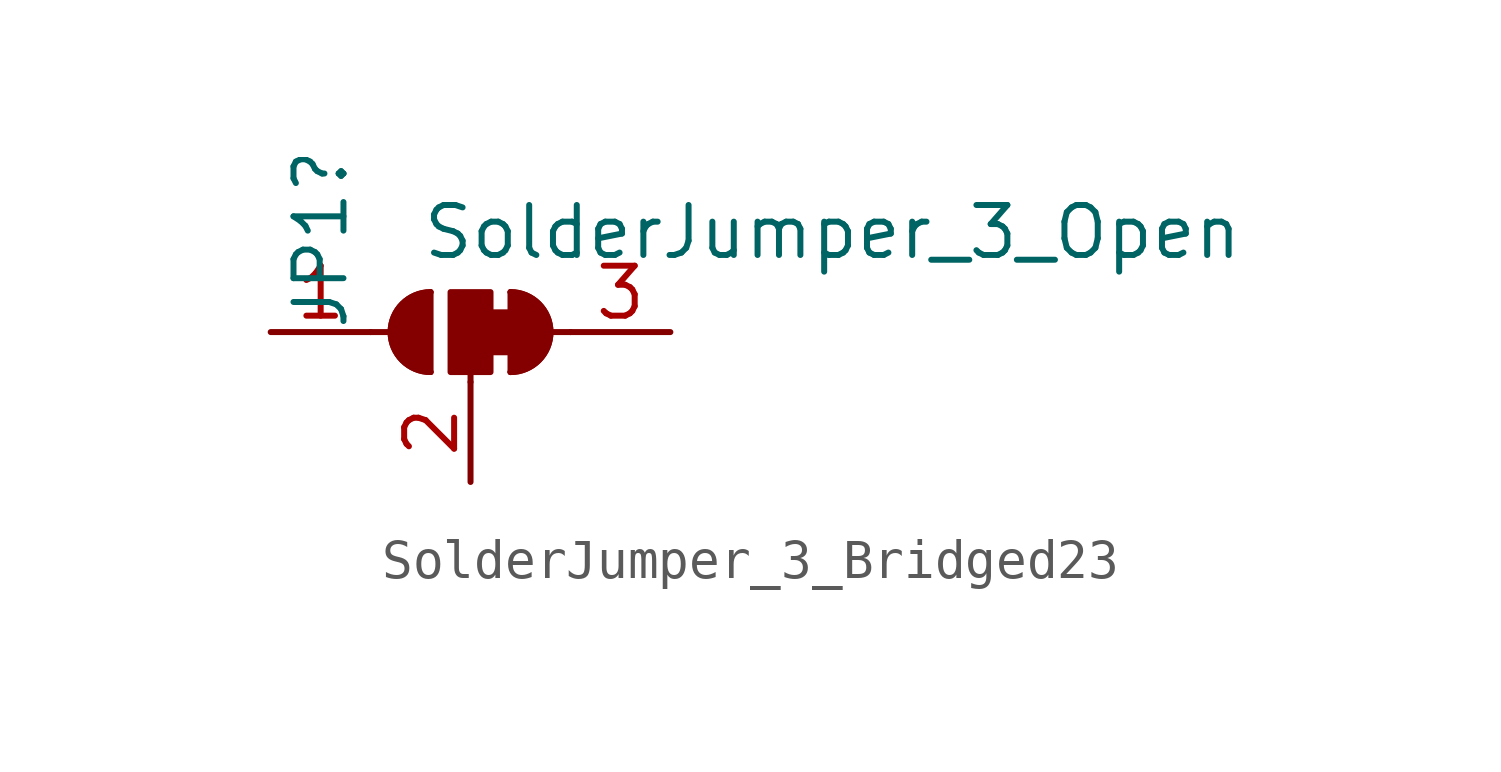
<source format=kicad_sym>
(kicad_symbol_lib
  (version 20220914)
  (generator kicad_symbol_editor)
  (symbol "SolderJumper_3_Bridged23"
    (pin_names
      (offset 0) hide)
    (property "Reference" "JP1"
      (at -3.81 0 90)
      (effects (font (size 1.27 1.27)) (justify left)))
    (property "Value" "SolderJumper_3_Open"
      (at -1.27 2.54 0)
      (effects (font (size 1.27 1.27)) (justify left)))
    (symbol "SolderJumper_3_Bridged23_0_1"
      (arc (start -1.016 1.016) (mid -2.0276 0) (end -1.016 -1.016) (stroke (width 0) (type default)) (fill (type none)))
      (arc (start -1.016 1.016) (mid -2.0276 0) (end -1.016 -1.016) (stroke (width 0) (type default)) (fill (type outline)))
      (rectangle (start -0.508 1.016) (end 0.508 -1.016) (stroke (width 0) (type default)) (fill (type outline)))
      (polyline (pts (xy -2.54 0) (xy -2.032 0)) (stroke (width 0) (type default)) (fill (type none)))
      (polyline (pts (xy -1.016 1.016) (xy -1.016 -1.016)) (stroke (width 0) (type default)) (fill (type none)))
      (polyline (pts (xy 0 -1.27) (xy 0 -1.016)) (stroke (width 0) (type default)) (fill (type none)))
      (polyline (pts (xy 1.016 1.016) (xy 1.016 -1.016)) (stroke (width 0) (type default)) (fill (type none)))
      (polyline (pts (xy 2.54 0) (xy 2.032 0)) (stroke (width 0) (type default)) (fill (type none)))
      (rectangle (start 0.51 0.502) (end 1.018 -0.513) (stroke (width 0) (type default)) (fill (type outline)))
      (arc (start 1.016 -1.016) (mid 2.0276 0) (end 1.016 1.016) (stroke (width 0) (type default)) (fill (type none)))
      (arc (start 1.016 -1.016) (mid 2.0276 0) (end 1.016 1.016) (stroke (width 0) (type default)) (fill (type outline))))
    (symbol "SolderJumper_3_Bridged23_1_1"
      (pin passive line (at -5.08 0 0) (length 2.54) (name "A" (effects (font (size 1.27 1.27)))) (number "1" (effects (font (size 1.27 1.27)))))
      (pin passive line (at 0 -3.81 90) (length 2.54) (name "C" (effects (font (size 1.27 1.27)))) (number "2" (effects (font (size 1.27 1.27)))))
      (pin passive line (at 5.08 0 180) (length 2.54) (name "B" (effects (font (size 1.27 1.27)))) (number "3" (effects (font (size 1.27 1.27))))))))
</source>
